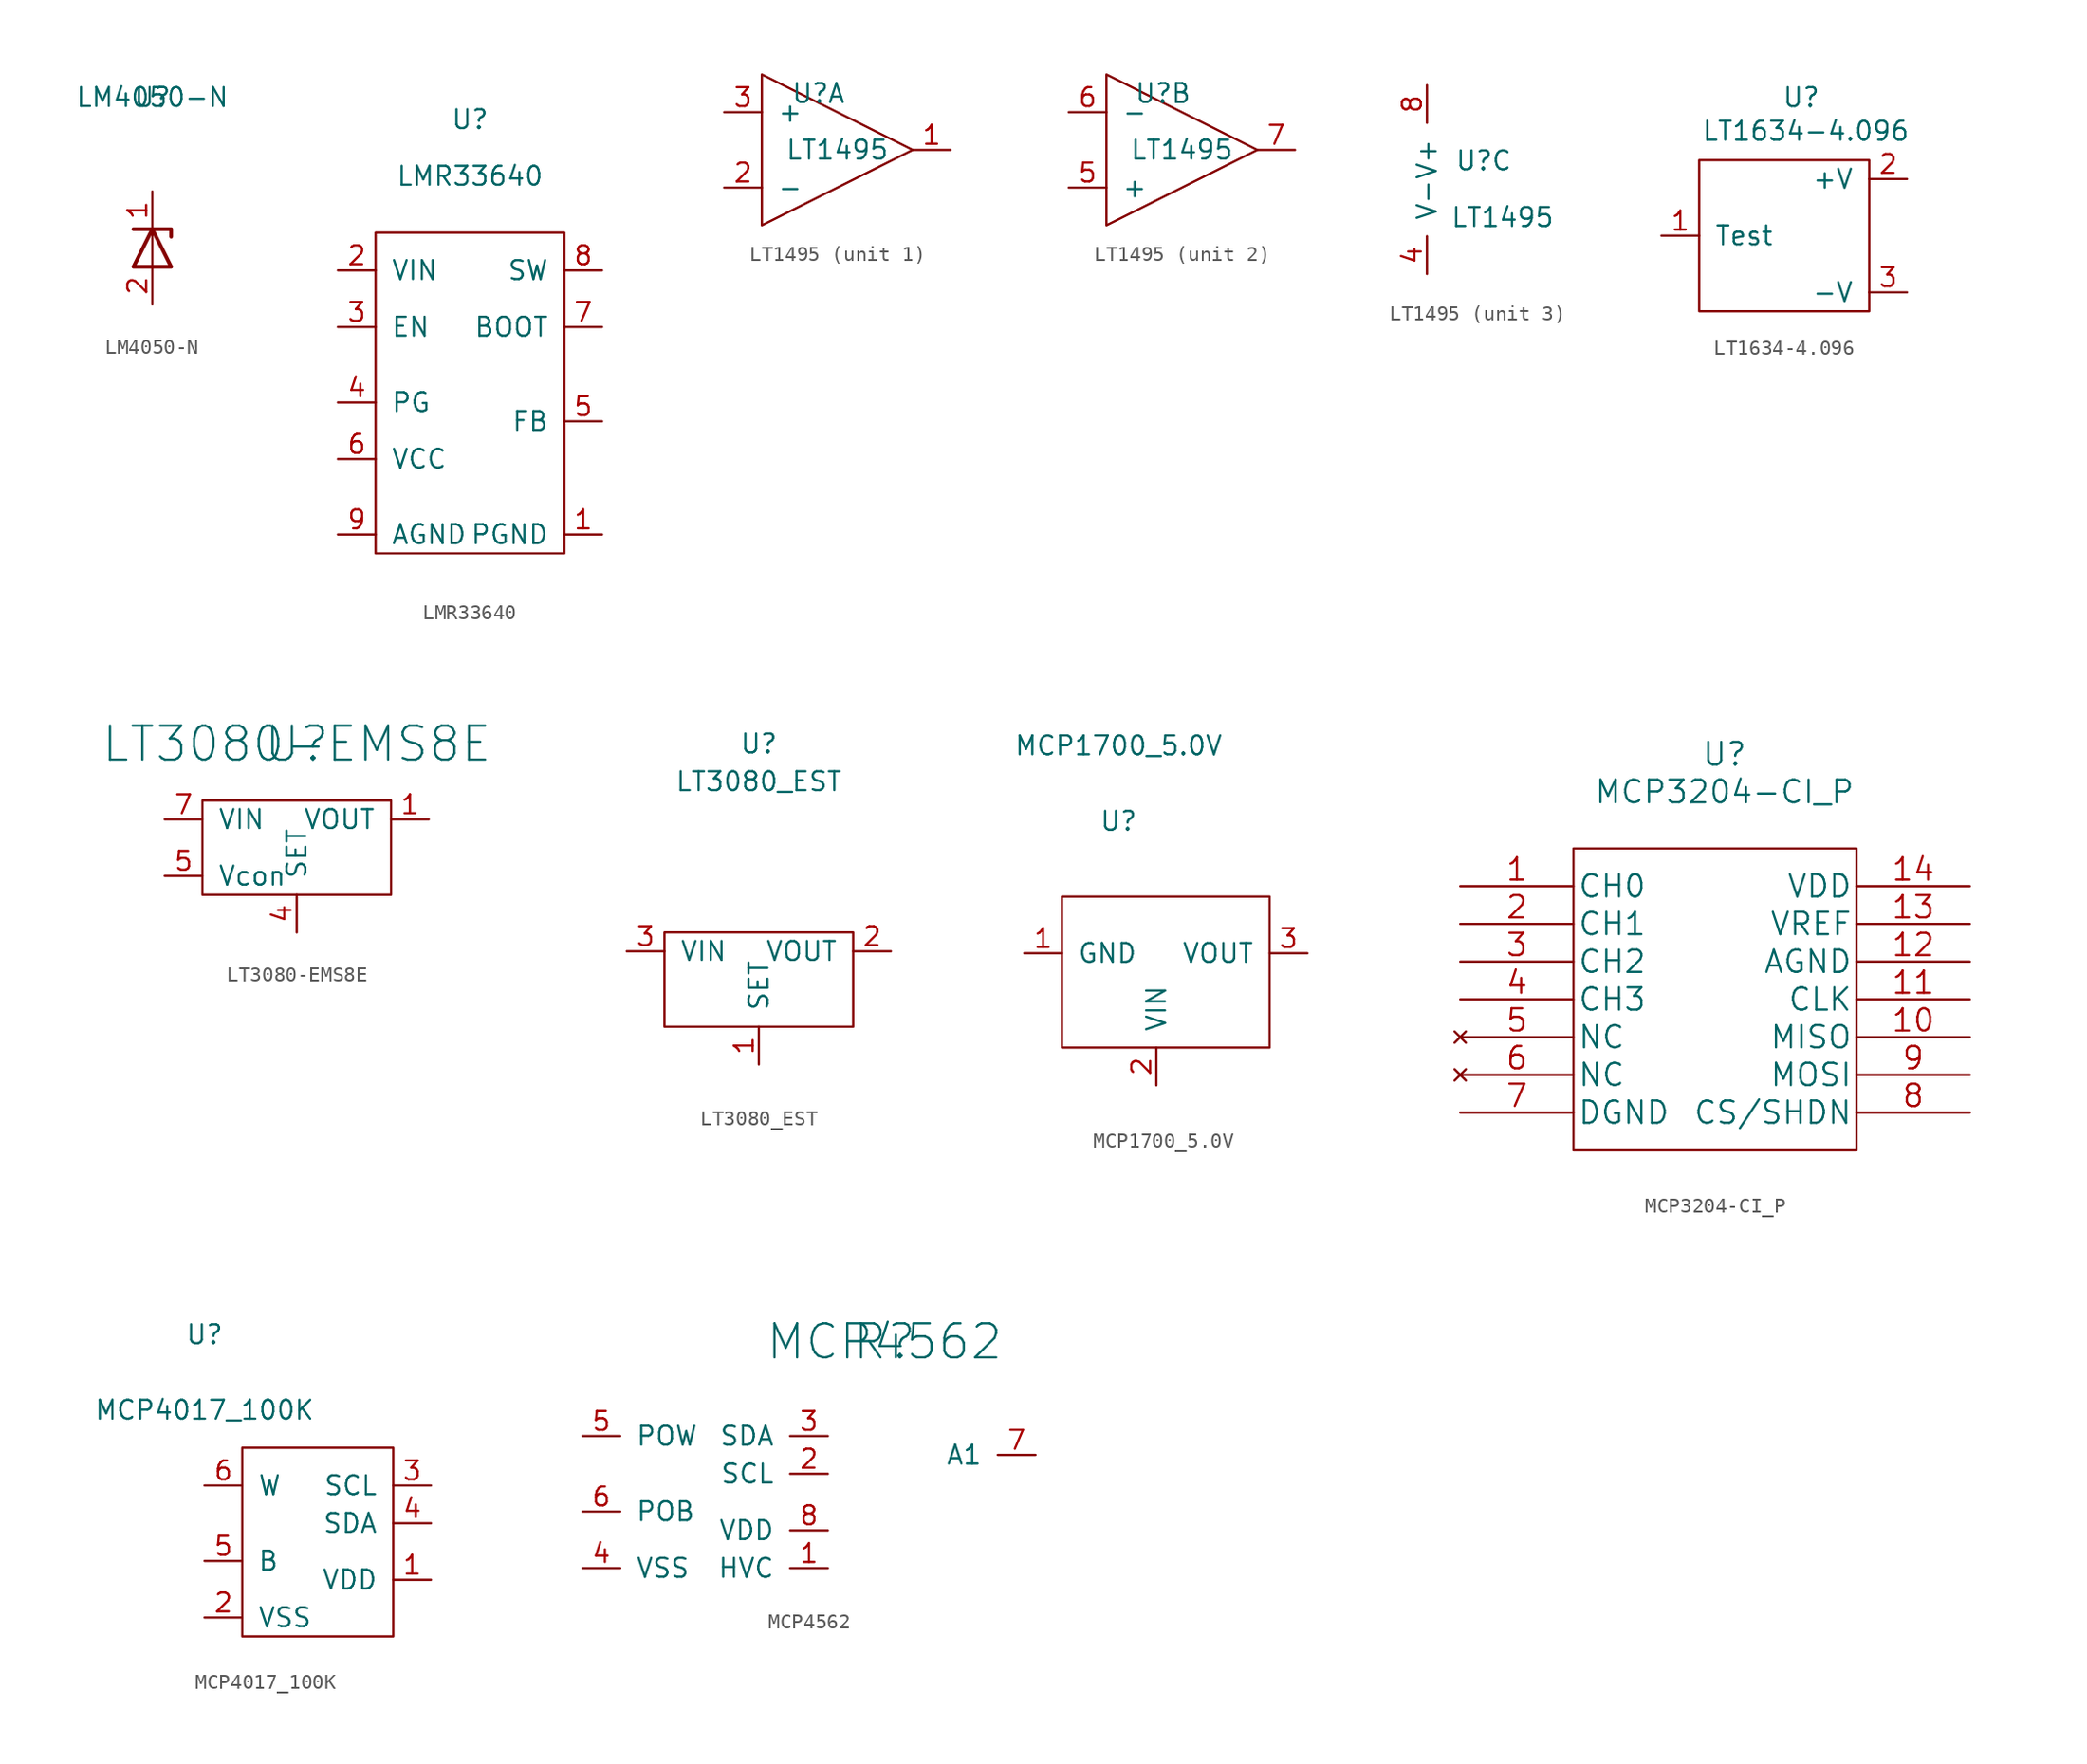
<source format=kicad_sym>
(kicad_symbol_lib
  (version 20211014)
  (generator kicad_symbol_editor)
  (symbol "LM4050-N"
    (pin_names
      (offset 1.016))
    (property "Reference" "U"
      (at 0 0 0)
      (effects (font (size 1.27 1.27))))
    (property "Value" "LM4050-N"
      (at 0 0 0)
      (effects (font (size 1.27 1.27))))
    (symbol "LM4050-N_1_1"
      (polyline (pts (xy 0 -11.43) (xy 0 -8.89)) (stroke (width 0) (type default) (color 0 0 0 0)) (fill (type none)))
      (polyline (pts (xy -1.27 -8.89) (xy 1.27 -8.89) (xy 1.27 -9.398)) (stroke (width 0.254) (type default) (color 0 0 0 0)) (fill (type none)))
      (polyline (pts (xy -1.27 -11.43) (xy 1.27 -11.43) (xy 0 -8.89) (xy -1.27 -11.43)) (stroke (width 0.254) (type default) (color 0 0 0 0)) (fill (type none)))
      (pin passive line (at 0 -6.35 270) (length 2.54) (name "~" (effects (font (size 1.27 1.27)))) (number "1" (effects (font (size 1.27 1.27)))))
      (pin passive line (at 0 -13.97 90) (length 2.54) (name "~" (effects (font (size 1.27 1.27)))) (number "2" (effects (font (size 1.27 1.27)))))))
  (symbol "LMR33640"
    (pin_names
      (offset 1.016))
    (property "Reference" "U"
      (at 5.08 13.97 0)
      (effects (font (size 1.27 1.27))))
    (property "Value" "LMR33640"
      (at 5.08 10.16 0)
      (effects (font (size 1.27 1.27))))
    (symbol "LMR33640_0_1"
      (rectangle (start -1.27 6.35) (end 11.43 -15.24) (stroke (width 0) (type default) (color 0 0 0 0)) (fill (type none))))
    (symbol "LMR33640_1_1"
      (pin power_in line (at 13.97 -13.97 180) (length 2.54) (name "PGND" (effects (font (size 1.27 1.27)))) (number "1" (effects (font (size 1.27 1.27)))))
      (pin power_in line (at -3.81 3.81 0) (length 2.54) (name "VIN" (effects (font (size 1.27 1.27)))) (number "2" (effects (font (size 1.27 1.27)))))
      (pin passive line (at -3.81 0 0) (length 2.54) (name "EN" (effects (font (size 1.27 1.27)))) (number "3" (effects (font (size 1.27 1.27)))))
      (pin passive line (at -3.81 -5.08 0) (length 2.54) (name "PG" (effects (font (size 1.27 1.27)))) (number "4" (effects (font (size 1.27 1.27)))))
      (pin power_in line (at 13.97 -6.35 180) (length 2.54) (name "FB" (effects (font (size 1.27 1.27)))) (number "5" (effects (font (size 1.27 1.27)))))
      (pin power_in line (at -3.81 -8.89 0) (length 2.54) (name "VCC" (effects (font (size 1.27 1.27)))) (number "6" (effects (font (size 1.27 1.27)))))
      (pin power_in line (at 13.97 0 180) (length 2.54) (name "BOOT" (effects (font (size 1.27 1.27)))) (number "7" (effects (font (size 1.27 1.27)))))
      (pin power_in line (at 13.97 3.81 180) (length 2.54) (name "SW" (effects (font (size 1.27 1.27)))) (number "8" (effects (font (size 1.27 1.27)))))
      (pin input line (at -3.81 -13.97 0) (length 2.54) (name "AGND" (effects (font (size 1.27 1.27)))) (number "9" (effects (font (size 1.27 1.27)))))))
  (symbol "LT1495"
    (pin_names
      (offset 1.016))
    (property "Reference" "U"
      (at 3.81 1.27 0)
      (effects (font (size 1.27 1.27))))
    (property "Value" "LT1495"
      (at 5.08 -2.54 0)
      (effects (font (size 1.27 1.27))))
    (property "ki_locked" ""
      (at 0 0 0)
      (effects (font (size 1.27 1.27))))
    (symbol "LT1495_1_1"
      (polyline (pts (xy 0 2.54) (xy 10.16 -2.54) (xy 0 -7.62) (xy 0 2.54)) (stroke (width 0) (type default) (color 0 0 0 0)) (fill (type none)))
      (pin output line (at 12.7 -2.54 180) (length 2.54) (name "~" (effects (font (size 1.27 1.27)))) (number "1" (effects (font (size 1.27 1.27)))))
      (pin input line (at -2.54 -5.08 0) (length 2.54) (name "-" (effects (font (size 1.27 1.27)))) (number "2" (effects (font (size 1.27 1.27)))))
      (pin input line (at -2.54 0 0) (length 2.54) (name "+" (effects (font (size 1.27 1.27)))) (number "3" (effects (font (size 1.27 1.27))))))
    (symbol "LT1495_2_1"
      (polyline (pts (xy 0 2.54) (xy 10.16 -2.54) (xy 0 -7.62) (xy 0 2.54)) (stroke (width 0) (type default) (color 0 0 0 0)) (fill (type none)))
      (pin input line (at -2.54 -5.08 0) (length 2.54) (name "+" (effects (font (size 1.27 1.27)))) (number "5" (effects (font (size 1.27 1.27)))))
      (pin input line (at -2.54 0 0) (length 2.54) (name "-" (effects (font (size 1.27 1.27)))) (number "6" (effects (font (size 1.27 1.27)))))
      (pin output line (at 12.7 -2.54 180) (length 2.54) (name "~" (effects (font (size 1.27 1.27)))) (number "7" (effects (font (size 1.27 1.27))))))
    (symbol "LT1495_3_1"
      (pin power_in line (at 0 -6.35 90) (length 2.54) (name "V-" (effects (font (size 1.27 1.27)))) (number "4" (effects (font (size 1.27 1.27)))))
      (pin power_in line (at 0 6.35 270) (length 2.54) (name "V+" (effects (font (size 1.27 1.27)))) (number "8" (effects (font (size 1.27 1.27)))))))
  (symbol "LT1634-4.096"
    (pin_names
      (offset 1.016))
    (property "Reference" "U"
      (at -0.762 9.296 0)
      (effects (font (size 1.27 1.27))))
    (property "Value" "LT1634-4.096"
      (at -0.457 7.036 0)
      (effects (font (size 1.27 1.27))))
    (symbol "LT1634-4.096_0_1"
      (rectangle (start -7.62 5.08) (end 3.81 -5.08) (stroke (width 0) (type default) (color 0 0 0 0)) (fill (type none))))
    (symbol "LT1634-4.096_1_1"
      (pin passive line (at -10.16 0 0) (length 2.54) (name "Test" (effects (font (size 1.27 1.27)))) (number "1" (effects (font (size 1.27 1.27)))))
      (pin power_in line (at 6.35 3.81 180) (length 2.54) (name "+V" (effects (font (size 1.27 1.27)))) (number "2" (effects (font (size 1.27 1.27)))))
      (pin power_in line (at 6.35 -3.81 180) (length 2.54) (name "-V" (effects (font (size 1.27 1.27)))) (number "3" (effects (font (size 1.27 1.27)))))))
  (symbol "LT3080-EMS8E"
    (pin_names
      (offset 1.016))
    (property "Reference" "U"
      (at 0 0 0)
      (effects (font (size 2.286 2.286))))
    (property "Value" "LT3080-EMS8E"
      (at 0 0 0)
      (effects (font (size 2.286 2.286))))
    (symbol "LT3080-EMS8E_1_1"
      (rectangle (start -6.35 -3.81) (end 6.35 -10.16) (stroke (width 0) (type default) (color 0 0 0 0)) (fill (type none)))
      (pin power_out line (at 8.89 -5.08 180) (length 2.54) (name "VOUT" (effects (font (size 1.27 1.27)))) (number "1" (effects (font (size 1.27 1.27)))))
      (pin power_in line (at 0 -12.7 90) (length 2.54) (name "SET" (effects (font (size 1.27 1.27)))) (number "4" (effects (font (size 1.27 1.27)))))
      (pin input line (at -8.89 -8.89 0) (length 2.54) (name "Vcon" (effects (font (size 1.27 1.27)))) (number "5" (effects (font (size 1.27 1.27)))))
      (pin power_in line (at -8.89 -5.08 0) (length 2.54) (name "VIN" (effects (font (size 1.27 1.27)))) (number "7" (effects (font (size 1.27 1.27)))))))
  (symbol "LT3080_EST"
    (pin_names
      (offset 1.016))
    (property "Reference" "U"
      (at 0 12.7 0)
      (effects (font (size 1.27 1.27))))
    (property "Value" "LT3080_EST"
      (at 0 10.16 0)
      (effects (font (size 1.27 1.27))))
    (symbol "LT3080_EST_1_1"
      (rectangle (start -6.35 0) (end 6.35 -6.35) (stroke (width 0) (type default) (color 0 0 0 0)) (fill (type none)))
      (pin power_in line (at 0 -8.89 90) (length 2.54) (name "SET" (effects (font (size 1.27 1.27)))) (number "1" (effects (font (size 1.27 1.27)))))
      (pin power_out line (at 8.89 -1.27 180) (length 2.54) (name "VOUT" (effects (font (size 1.27 1.27)))) (number "2" (effects (font (size 1.27 1.27)))))
      (pin power_in line (at -8.89 -1.27 0) (length 2.54) (name "VIN" (effects (font (size 1.27 1.27)))) (number "3" (effects (font (size 1.27 1.27)))))))
  (symbol "MCP1700_5.0V"
    (pin_names
      (offset 1.016))
    (property "Reference" "U"
      (at 0 6.35 0)
      (effects (font (size 1.27 1.27))))
    (property "Value" "MCP1700_5.0V"
      (at 0 11.43 0)
      (effects (font (size 1.27 1.27))))
    (symbol "MCP1700_5.0V_0_1"
      (rectangle (start -3.81 1.27) (end 10.16 -8.89) (stroke (width 0) (type default) (color 0 0 0 0)) (fill (type none))))
    (symbol "MCP1700_5.0V_1_1"
      (pin power_in line (at -6.35 -2.54 0) (length 2.54) (name "GND" (effects (font (size 1.27 1.27)))) (number "1" (effects (font (size 1.27 1.27)))))
      (pin power_in line (at 2.54 -11.43 90) (length 2.54) (name "VIN" (effects (font (size 1.27 1.27)))) (number "2" (effects (font (size 1.27 1.27)))))
      (pin power_out line (at 12.7 -2.54 180) (length 2.54) (name "VOUT" (effects (font (size 1.27 1.27)))) (number "3" (effects (font (size 1.27 1.27)))))))
  (symbol "MCP3204-CI_P"
    (pin_names
      (offset 0.254))
    (property "Reference" "U"
      (at 17.78 8.89 0)
      (effects (font (size 1.524 1.524))))
    (property "Value" "MCP3204-CI_P"
      (at 17.78 6.35 0)
      (effects (font (size 1.524 1.524))))
    (property "Datasheet" ""
      (at 0 0 0)
      (effects (font (size 1.524 1.524))))
    (symbol "MCP3204-CI_P_1_1"
      (rectangle (start 7.62 2.54) (end 26.67 -17.78) (stroke (width 0) (type default) (color 0 0 0 0)) (fill (type none)))
      (pin input line (at 0 0 0) (length 7.62) (name "CH0" (effects (font (size 1.499 1.499)))) (number "1" (effects (font (size 1.499 1.499)))))
      (pin output line (at 34.29 -10.16 180) (length 7.62) (name "MISO" (effects (font (size 1.499 1.499)))) (number "10" (effects (font (size 1.499 1.499)))))
      (pin input line (at 34.29 -7.62 180) (length 7.62) (name "CLK" (effects (font (size 1.499 1.499)))) (number "11" (effects (font (size 1.499 1.499)))))
      (pin power_in line (at 34.29 -5.08 180) (length 7.62) (name "AGND" (effects (font (size 1.499 1.499)))) (number "12" (effects (font (size 1.499 1.499)))))
      (pin power_in line (at 34.29 -2.54 180) (length 7.62) (name "VREF" (effects (font (size 1.499 1.499)))) (number "13" (effects (font (size 1.499 1.499)))))
      (pin power_in line (at 34.29 0 180) (length 7.62) (name "VDD" (effects (font (size 1.499 1.499)))) (number "14" (effects (font (size 1.499 1.499)))))
      (pin input line (at 0 -2.54 0) (length 7.62) (name "CH1" (effects (font (size 1.499 1.499)))) (number "2" (effects (font (size 1.499 1.499)))))
      (pin input line (at 0 -5.08 0) (length 7.62) (name "CH2" (effects (font (size 1.499 1.499)))) (number "3" (effects (font (size 1.499 1.499)))))
      (pin input line (at 0 -7.62 0) (length 7.62) (name "CH3" (effects (font (size 1.499 1.499)))) (number "4" (effects (font (size 1.499 1.499)))))
      (pin no_connect line (at 0 -10.16 0) (length 7.62) (name "NC" (effects (font (size 1.499 1.499)))) (number "5" (effects (font (size 1.499 1.499)))))
      (pin no_connect line (at 0 -12.7 0) (length 7.62) (name "NC" (effects (font (size 1.499 1.499)))) (number "6" (effects (font (size 1.499 1.499)))))
      (pin power_in line (at 0 -15.24 0) (length 7.62) (name "DGND" (effects (font (size 1.499 1.499)))) (number "7" (effects (font (size 1.499 1.499)))))
      (pin input line (at 34.29 -15.24 180) (length 7.62) (name "CS/SHDN" (effects (font (size 1.499 1.499)))) (number "8" (effects (font (size 1.499 1.499)))))
      (pin input line (at 34.29 -12.7 180) (length 7.62) (name "MOSI" (effects (font (size 1.499 1.499)))) (number "9" (effects (font (size 1.499 1.499)))))))
  (symbol "MCP4017_100K"
    (pin_names
      (offset 1.016))
    (property "Reference" "U"
      (at 0 12.7 0)
      (effects (font (size 1.27 1.27))))
    (property "Value" "MCP4017_100K"
      (at 0 7.62 0)
      (effects (font (size 1.27 1.27))))
    (symbol "MCP4017_100K_0_1"
      (rectangle (start 2.54 5.08) (end 12.7 -7.62) (stroke (width 0) (type default) (color 0 0 0 0)) (fill (type none))))
    (symbol "MCP4017_100K_1_1"
      (pin power_in line (at 15.24 -3.81 180) (length 2.54) (name "VDD" (effects (font (size 1.27 1.27)))) (number "1" (effects (font (size 1.27 1.27)))))
      (pin power_in line (at 0 -6.35 0) (length 2.54) (name "VSS" (effects (font (size 1.27 1.27)))) (number "2" (effects (font (size 1.27 1.27)))))
      (pin bidirectional line (at 15.24 2.54 180) (length 2.54) (name "SCL" (effects (font (size 1.27 1.27)))) (number "3" (effects (font (size 1.27 1.27)))))
      (pin bidirectional line (at 15.24 0 180) (length 2.54) (name "SDA" (effects (font (size 1.27 1.27)))) (number "4" (effects (font (size 1.27 1.27)))))
      (pin bidirectional line (at 0 -2.54 0) (length 2.54) (name "B" (effects (font (size 1.27 1.27)))) (number "5" (effects (font (size 1.27 1.27)))))
      (pin bidirectional line (at 0 2.54 0) (length 2.54) (name "W" (effects (font (size 1.27 1.27)))) (number "6" (effects (font (size 1.27 1.27)))))))
  (symbol "MCP4562"
    (pin_names
      (offset 1.016))
    (property "Reference" "R"
      (at 0 0 0)
      (effects (font (size 2.286 2.286))))
    (property "Value" "MCP4562"
      (at 0 0 0)
      (effects (font (size 2.286 2.286))))
    (symbol "MCP4562_1_1"
      (pin input line (at -3.81 -15.24 180) (length 2.54) (name "HVC" (effects (font (size 1.27 1.27)))) (number "1" (effects (font (size 1.27 1.27)))))
      (pin input line (at -3.81 -8.89 180) (length 2.54) (name "SCL" (effects (font (size 1.27 1.27)))) (number "2" (effects (font (size 1.27 1.27)))))
      (pin input line (at -3.81 -6.35 180) (length 2.54) (name "SDA" (effects (font (size 1.27 1.27)))) (number "3" (effects (font (size 1.27 1.27)))))
      (pin input line (at -20.32 -15.24 0) (length 2.54) (name "VSS" (effects (font (size 1.27 1.27)))) (number "4" (effects (font (size 1.27 1.27)))))
      (pin input line (at -20.32 -6.35 0) (length 2.54) (name "POW" (effects (font (size 1.27 1.27)))) (number "5" (effects (font (size 1.27 1.27)))))
      (pin input line (at -20.32 -11.43 0) (length 2.54) (name "POB" (effects (font (size 1.27 1.27)))) (number "6" (effects (font (size 1.27 1.27)))))
      (pin input line (at 10.16 -7.62 180) (length 2.54) (name "A1" (effects (font (size 1.27 1.27)))) (number "7" (effects (font (size 1.27 1.27)))))
      (pin input line (at -3.81 -12.7 180) (length 2.54) (name "VDD" (effects (font (size 1.27 1.27)))) (number "8" (effects (font (size 1.27 1.27))))))))
</source>
